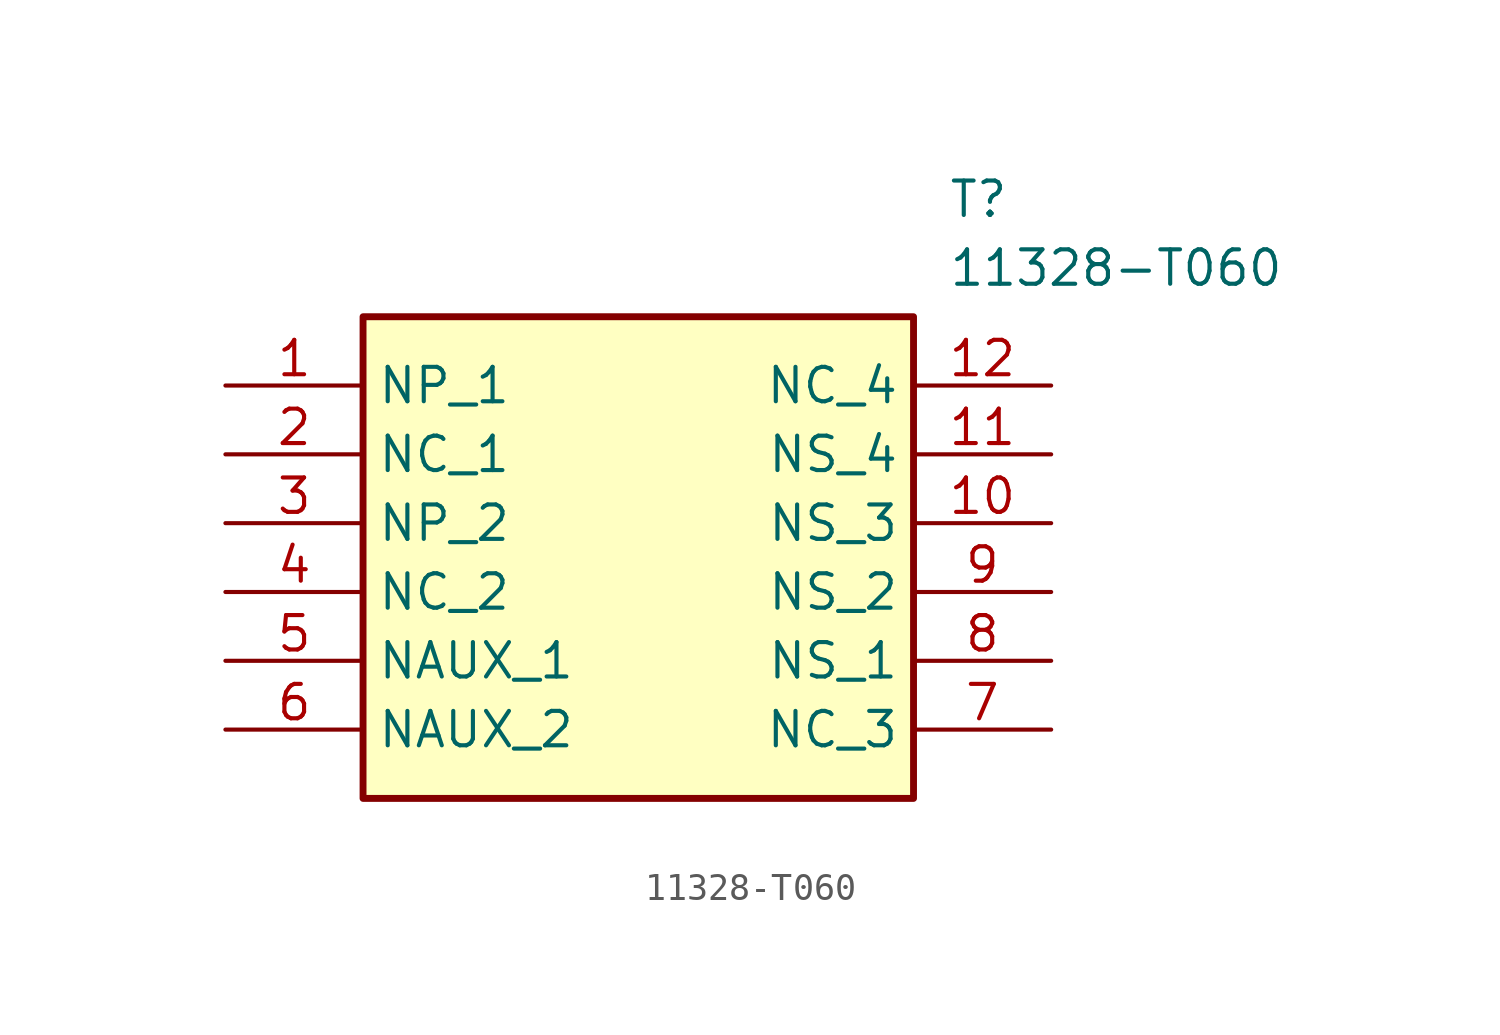
<source format=kicad_sym>
(kicad_symbol_lib
  (version 20211014)
  (generator SamacSys_ECAD_Model)
  (symbol "11328-T060"
    (property "Reference" "T"
      (at 26.67 7.62 0)
      (effects (font (size 1.27 1.27)) (justify left top)))
    (property "Value" "11328-T060"
      (at 26.67 5.08 0)
      (effects (font (size 1.27 1.27)) (justify left top)))
    (rectangle
      (start 5.08 2.54)
      (end 25.4 -15.24)
      (stroke (width 0.254) (type default))
      (fill (type background)))
    (pin passive line
      (at 0 0 0)
      (length 5.08)
      (name "NP_1" (effects (font (size 1.27 1.27))))
      (number "1" (effects (font (size 1.27 1.27)))))
    (pin passive line
      (at 0 -2.54 0)
      (length 5.08)
      (name "NC_1" (effects (font (size 1.27 1.27))))
      (number "2" (effects (font (size 1.27 1.27)))))
    (pin passive line
      (at 0 -5.08 0)
      (length 5.08)
      (name "NP_2" (effects (font (size 1.27 1.27))))
      (number "3" (effects (font (size 1.27 1.27)))))
    (pin passive line
      (at 0 -7.62 0)
      (length 5.08)
      (name "NC_2" (effects (font (size 1.27 1.27))))
      (number "4" (effects (font (size 1.27 1.27)))))
    (pin passive line
      (at 0 -10.16 0)
      (length 5.08)
      (name "NAUX_1" (effects (font (size 1.27 1.27))))
      (number "5" (effects (font (size 1.27 1.27)))))
    (pin passive line
      (at 0 -12.7 0)
      (length 5.08)
      (name "NAUX_2" (effects (font (size 1.27 1.27))))
      (number "6" (effects (font (size 1.27 1.27)))))
    (pin passive line
      (at 30.48 -12.7 180)
      (length 5.08)
      (name "NC_3" (effects (font (size 1.27 1.27))))
      (number "7" (effects (font (size 1.27 1.27)))))
    (pin passive line
      (at 30.48 -10.16 180)
      (length 5.08)
      (name "NS_1" (effects (font (size 1.27 1.27))))
      (number "8" (effects (font (size 1.27 1.27)))))
    (pin passive line
      (at 30.48 -7.62 180)
      (length 5.08)
      (name "NS_2" (effects (font (size 1.27 1.27))))
      (number "9" (effects (font (size 1.27 1.27)))))
    (pin passive line
      (at 30.48 -5.08 180)
      (length 5.08)
      (name "NS_3" (effects (font (size 1.27 1.27))))
      (number "10" (effects (font (size 1.27 1.27)))))
    (pin passive line
      (at 30.48 -2.54 180)
      (length 5.08)
      (name "NS_4" (effects (font (size 1.27 1.27))))
      (number "11" (effects (font (size 1.27 1.27)))))
    (pin passive line
      (at 30.48 0 180)
      (length 5.08)
      (name "NC_4" (effects (font (size 1.27 1.27))))
      (number "12" (effects (font (size 1.27 1.27)))))))
</source>
